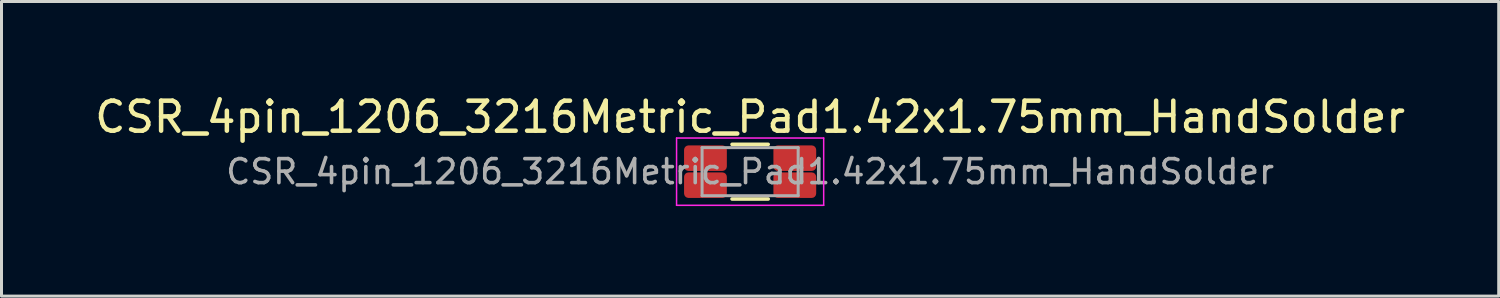
<source format=kicad_pcb>
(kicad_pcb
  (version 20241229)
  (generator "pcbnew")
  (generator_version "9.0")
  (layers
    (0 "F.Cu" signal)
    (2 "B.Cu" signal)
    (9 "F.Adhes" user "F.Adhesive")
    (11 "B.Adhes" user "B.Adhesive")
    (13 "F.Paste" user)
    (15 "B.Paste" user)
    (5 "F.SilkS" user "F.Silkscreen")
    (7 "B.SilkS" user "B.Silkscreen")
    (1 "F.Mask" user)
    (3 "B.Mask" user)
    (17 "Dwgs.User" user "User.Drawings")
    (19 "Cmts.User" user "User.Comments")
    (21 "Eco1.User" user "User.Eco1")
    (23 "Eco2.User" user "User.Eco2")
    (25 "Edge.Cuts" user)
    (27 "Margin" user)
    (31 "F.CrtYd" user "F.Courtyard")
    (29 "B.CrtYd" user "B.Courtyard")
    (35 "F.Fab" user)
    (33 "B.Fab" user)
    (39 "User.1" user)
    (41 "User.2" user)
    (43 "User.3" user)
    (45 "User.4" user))
  (footprint "CSR_4pin_1206_3216Metric_Pad1.42x1.75mm_HandSolder"
    (layer "F.Cu")
    (at 21.935 2.668)
    (property "Reference" "CSR_4pin_1206_3216Metric_Pad1.42x1.75mm_HandSolder" (at 0 -1.82 0) (layer "F.SilkS") (effects (font (size 1 1) (thickness 0.15))))
    (attr smd)
    (fp_line (start -0.602 -0.91) (end 0.602 -0.91) (stroke (width 0.12) (type solid)) (layer "F.SilkS"))
    (fp_line (start -0.602 0.91) (end 0.602 0.91) (stroke (width 0.12) (type solid)) (layer "F.SilkS"))
    (fp_line (start -2.45 -1.12) (end 2.45 -1.12) (stroke (width 0.05) (type solid)) (layer "F.CrtYd"))
    (fp_line (start -2.45 1.12) (end -2.45 -1.12) (stroke (width 0.05) (type solid)) (layer "F.CrtYd"))
    (fp_line (start 2.45 -1.12) (end 2.45 1.12) (stroke (width 0.05) (type solid)) (layer "F.CrtYd"))
    (fp_line (start 2.45 1.12) (end -2.45 1.12) (stroke (width 0.05) (type solid)) (layer "F.CrtYd"))
    (fp_line (start -1.6 -0.8) (end 1.6 -0.8) (stroke (width 0.1) (type solid)) (layer "F.Fab"))
    (fp_line (start -1.6 0.8) (end -1.6 -0.8) (stroke (width 0.1) (type solid)) (layer "F.Fab"))
    (fp_line (start 1.6 -0.8) (end 1.6 0.8) (stroke (width 0.1) (type solid)) (layer "F.Fab"))
    (fp_line (start 1.6 0.8) (end -1.6 0.8) (stroke (width 0.1) (type solid)) (layer "F.Fab"))
    (fp_text user "${REFERENCE}" (at 0 0 0) (layer "F.Fab") (effects (font (size 0.8 0.8) (thickness 0.12))))
    (pad "1" smd roundrect (at -1.488 -0.45) (size 1.425 0.85) (layers "F.Cu" "F.Mask" "F.Paste") (roundrect_rratio 0.175))
    (pad "2" smd roundrect (at -1.488 0.45) (size 1.425 0.85) (layers "F.Cu" "F.Mask" "F.Paste") (roundrect_rratio 0.175))
    (pad "3" smd roundrect (at 1.488 -0.45) (size 1.425 0.85) (layers "F.Cu" "F.Mask" "F.Paste") (roundrect_rratio 0.175))
    (pad "4" smd roundrect (at 1.488 0.45) (size 1.425 0.85) (layers "F.Cu" "F.Mask" "F.Paste") (roundrect_rratio 0.175)))
  (gr_rect
    (start -3 -3)
    (end 46.869 6.813)
    (stroke (width 0.1) (type default))
    (fill no)
    (layer "Edge.Cuts")))
</source>
